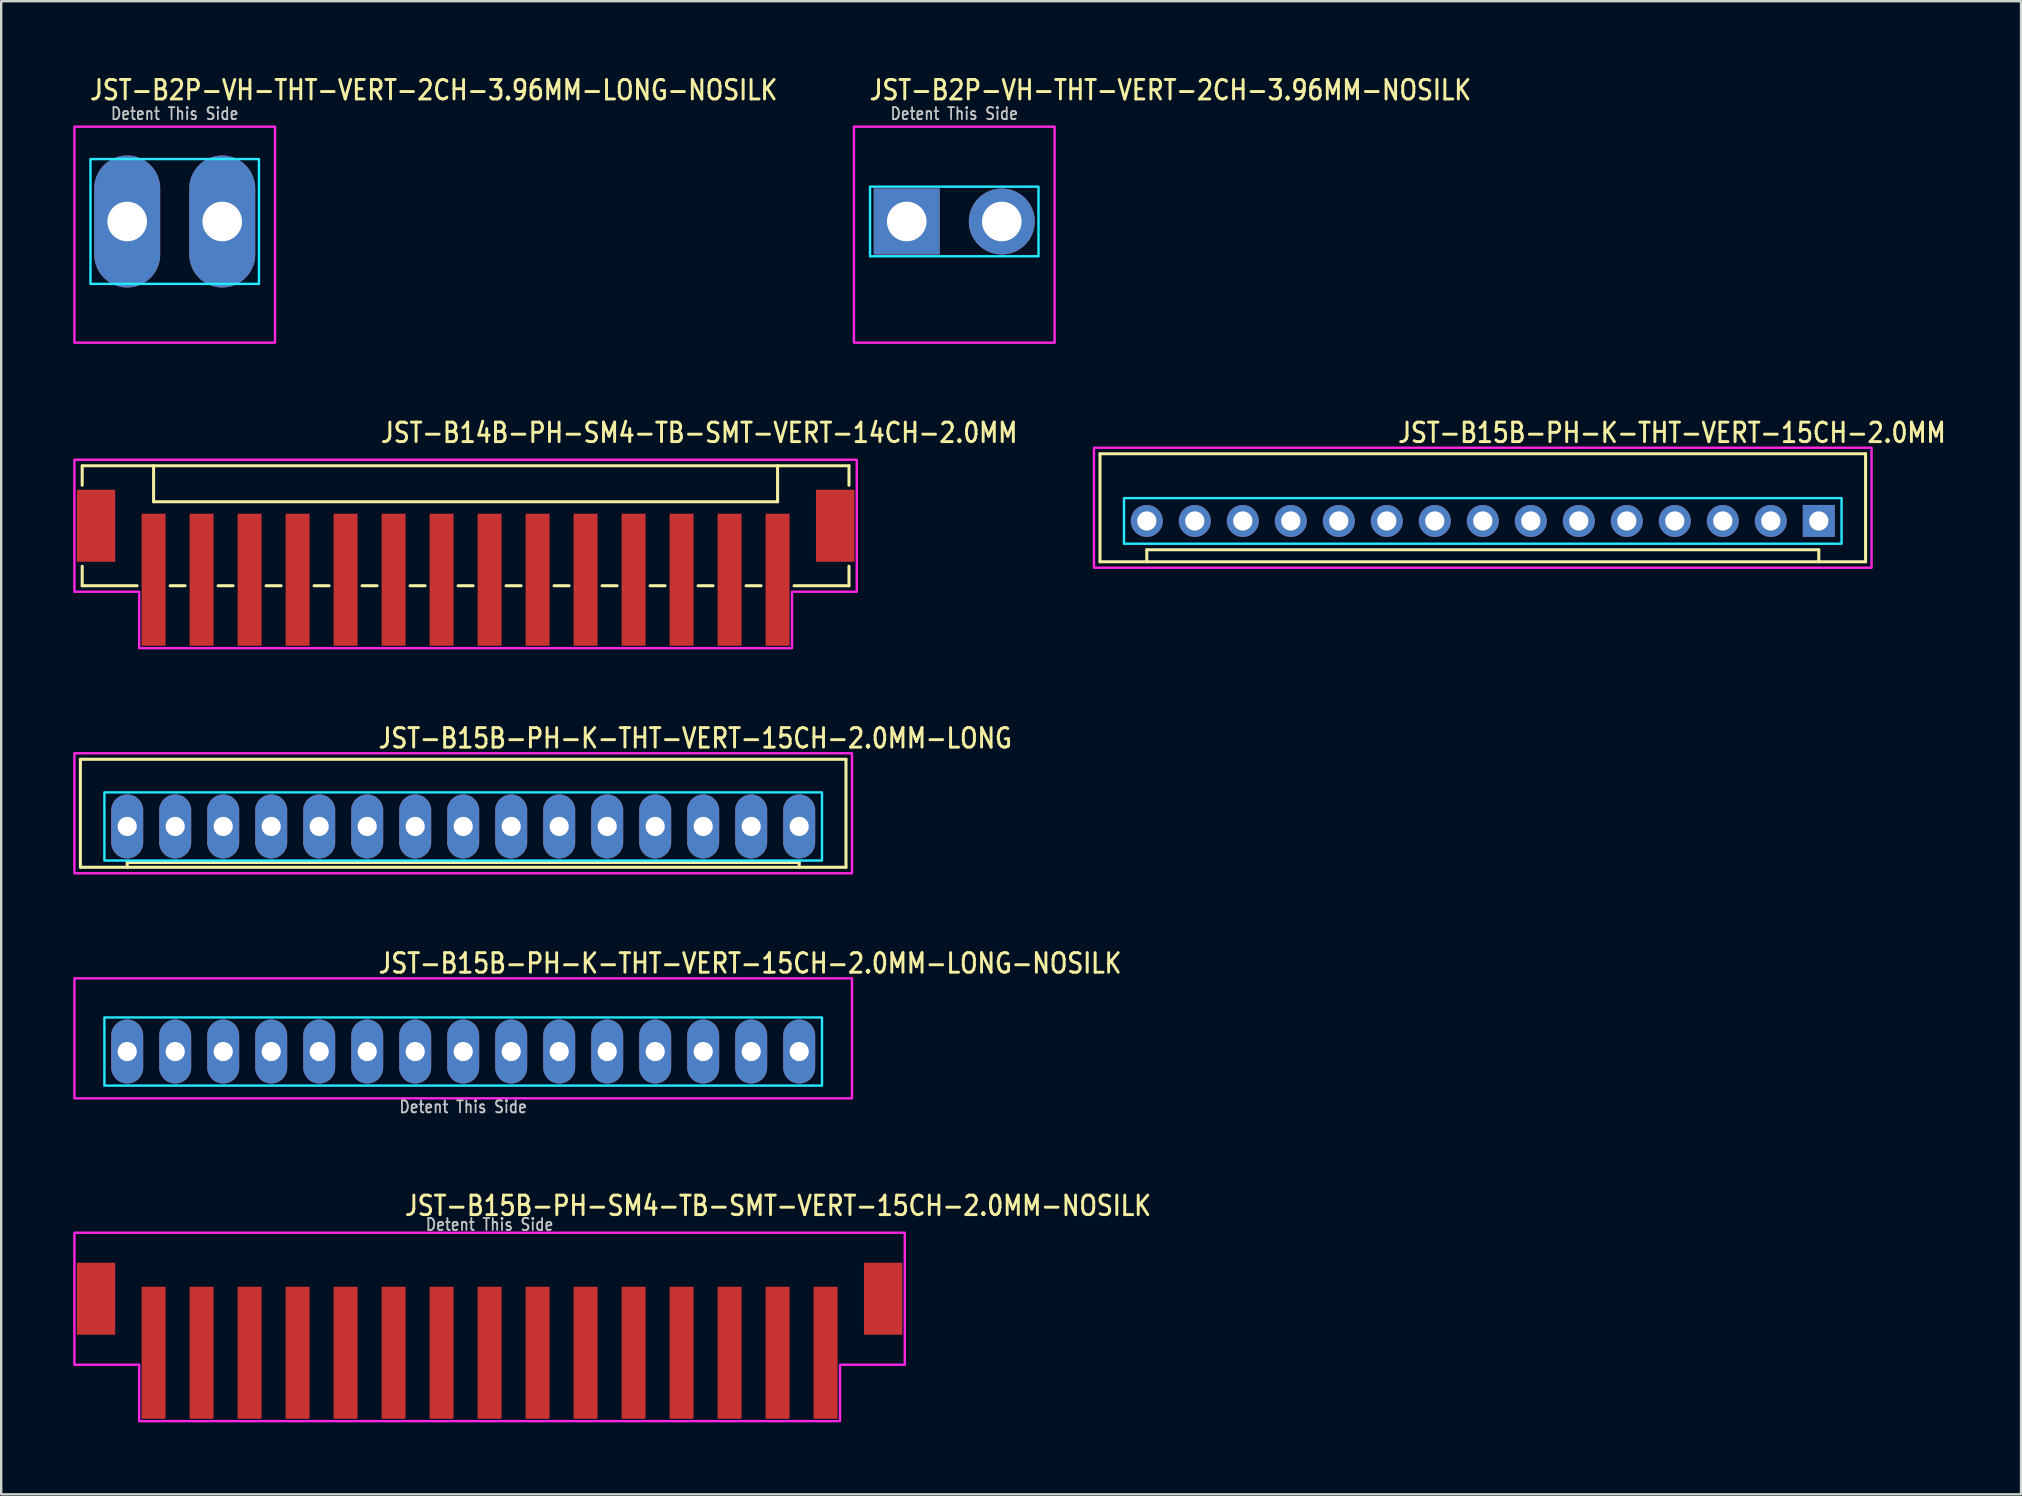
<source format=kicad_pcb>
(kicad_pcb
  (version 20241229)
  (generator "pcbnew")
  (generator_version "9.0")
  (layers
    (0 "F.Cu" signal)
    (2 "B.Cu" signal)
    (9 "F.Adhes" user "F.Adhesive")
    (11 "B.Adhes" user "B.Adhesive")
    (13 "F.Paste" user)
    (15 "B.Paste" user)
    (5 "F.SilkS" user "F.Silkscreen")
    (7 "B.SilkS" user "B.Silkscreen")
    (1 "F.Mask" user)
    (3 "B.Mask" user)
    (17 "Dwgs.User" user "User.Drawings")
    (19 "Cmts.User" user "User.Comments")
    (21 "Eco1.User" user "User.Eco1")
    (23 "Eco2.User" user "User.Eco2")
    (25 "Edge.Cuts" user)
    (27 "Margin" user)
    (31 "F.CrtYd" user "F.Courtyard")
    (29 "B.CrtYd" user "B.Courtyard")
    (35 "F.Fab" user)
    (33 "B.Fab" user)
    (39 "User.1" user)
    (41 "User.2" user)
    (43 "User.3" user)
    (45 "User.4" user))
  (footprint "JST-B2P-VH-THT-VERT-2CH-3.96MM-NOSILK"
    (layer "F.Cu")
    (at 36.712 6.179)
    (property "Reference" "JST-B2P-VH-THT-VERT-2CH-3.96MM-NOSILK" (at -3.6 -5 0) (unlocked yes) (layer "F.SilkS") (effects (font (size 0.813 0.695) (thickness 0.122)) (justify left bottom)))
    (fp_poly (pts (xy -3.51 -1.45) (xy -3.51 1.45) (xy 3.51 1.45) (xy 3.51 -1.45)) (stroke (width 0.1) (type solid)) (fill no) (layer "B.CrtYd"))
    (fp_poly (pts (xy -4.18 -3.95) (xy -4.18 5.05) (xy 4.18 5.05) (xy 4.18 -3.95)) (stroke (width 0.1) (type solid)) (fill no) (layer "F.CrtYd"))
    (fp_text user "Detent This Side" (at 0 -4.2 0) (unlocked yes) (layer "Dwgs.User") (effects (font (size 0.5 0.427) (thickness 0.075)) (justify bottom)))
    (pad "1" thru_hole rect (at -1.98 0) (size 2.75 2.75) (drill 1.65) (layers "*.Cu" "*.Mask"))
    (pad "2" thru_hole oval (at 1.98 0) (size 2.75 2.75) (drill 1.65) (layers "*.Cu" "*.Mask")))
  (footprint "JST-B14B-PH-SM4-TB-SMT-VERT-14CH-2.0MM"
    (layer "F.Cu")
    (at 16.35 18.857)
    (property "Reference" "JST-B14B-PH-SM4-TB-SMT-VERT-14CH-2.0MM" (at -3.6 -3.4 0) (unlocked yes) (layer "F.SilkS") (effects (font (size 0.813 0.695) (thickness 0.122)) (justify left bottom)))
    (fp_line (start -15.975 -2.5) (end -15.975 -1.687) (stroke (width 0.127) (type solid)) (layer "F.SilkS"))
    (fp_line (start -15.975 -2.5) (end 15.975 -2.5) (stroke (width 0.127) (type solid)) (layer "F.SilkS"))
    (fp_line (start -15.975 2.5) (end -15.975 1.687) (stroke (width 0.127) (type solid)) (layer "F.SilkS"))
    (fp_line (start -15.975 2.5) (end -13.687 2.5) (stroke (width 0.127) (type solid)) (layer "F.SilkS"))
    (fp_line (start -13 -2.5) (end -13 -1) (stroke (width 0.127) (type solid)) (layer "F.SilkS"))
    (fp_line (start -13 -1) (end 13 -1) (stroke (width 0.127) (type solid)) (layer "F.SilkS"))
    (fp_line (start -12.313 2.5) (end -11.687 2.5) (stroke (width 0.127) (type solid)) (layer "F.SilkS"))
    (fp_line (start -10.313 2.5) (end -9.687 2.5) (stroke (width 0.127) (type solid)) (layer "F.SilkS"))
    (fp_line (start -8.313 2.5) (end -7.686 2.5) (stroke (width 0.127) (type solid)) (layer "F.SilkS"))
    (fp_line (start -6.314 2.5) (end -5.686 2.5) (stroke (width 0.127) (type solid)) (layer "F.SilkS"))
    (fp_line (start -4.314 2.5) (end -3.687 2.5) (stroke (width 0.127) (type solid)) (layer "F.SilkS"))
    (fp_line (start -2.313 2.5) (end -1.687 2.5) (stroke (width 0.127) (type solid)) (layer "F.SilkS"))
    (fp_line (start -0.314 2.5) (end 0.314 2.5) (stroke (width 0.127) (type solid)) (layer "F.SilkS"))
    (fp_line (start 1.687 2.5) (end 2.313 2.5) (stroke (width 0.127) (type solid)) (layer "F.SilkS"))
    (fp_line (start 3.687 2.5) (end 4.314 2.5) (stroke (width 0.127) (type solid)) (layer "F.SilkS"))
    (fp_line (start 5.686 2.5) (end 6.314 2.5) (stroke (width 0.127) (type solid)) (layer "F.SilkS"))
    (fp_line (start 7.686 2.5) (end 8.313 2.5) (stroke (width 0.127) (type solid)) (layer "F.SilkS"))
    (fp_line (start 9.687 2.5) (end 10.313 2.5) (stroke (width 0.127) (type solid)) (layer "F.SilkS"))
    (fp_line (start 11.687 2.5) (end 12.313 2.5) (stroke (width 0.127) (type solid)) (layer "F.SilkS"))
    (fp_line (start 13 -1) (end 13 -2.5) (stroke (width 0.127) (type solid)) (layer "F.SilkS"))
    (fp_line (start 13.687 2.5) (end 15.975 2.5) (stroke (width 0.127) (type solid)) (layer "F.SilkS"))
    (fp_line (start 15.975 -1.687) (end 15.975 -2.5) (stroke (width 0.127) (type solid)) (layer "F.SilkS"))
    (fp_line (start 15.975 1.687) (end 15.975 2.5) (stroke (width 0.127) (type solid)) (layer "F.SilkS"))
    (fp_poly (pts (xy -16.3 -2.75) (xy -16.3 2.75) (xy -13.6 2.75) (xy -13.6 5.1) (xy 13.6 5.1) (xy 13.6 2.75) (xy 16.3 2.75) (xy 16.3 -2.75)) (stroke (width 0.1) (type solid)) (fill no) (layer "F.CrtYd"))
    (pad "1" smd rect (at -13 2.25) (size 1 5.5) (layers "F.Cu" "F.Mask" "F.Paste"))
    (pad "2" smd rect (at -11 2.25) (size 1 5.5) (layers "F.Cu" "F.Mask" "F.Paste"))
    (pad "3" smd rect (at -9 2.25) (size 1 5.5) (layers "F.Cu" "F.Mask" "F.Paste"))
    (pad "4" smd rect (at -7 2.25) (size 1 5.5) (layers "F.Cu" "F.Mask" "F.Paste"))
    (pad "5" smd rect (at -5 2.25) (size 1 5.5) (layers "F.Cu" "F.Mask" "F.Paste"))
    (pad "6" smd rect (at -3 2.25) (size 1 5.5) (layers "F.Cu" "F.Mask" "F.Paste"))
    (pad "7" smd rect (at -1 2.25) (size 1 5.5) (layers "F.Cu" "F.Mask" "F.Paste"))
    (pad "8" smd rect (at 1 2.25) (size 1 5.5) (layers "F.Cu" "F.Mask" "F.Paste"))
    (pad "9" smd rect (at 3 2.25) (size 1 5.5) (layers "F.Cu" "F.Mask" "F.Paste"))
    (pad "10" smd rect (at 5 2.25) (size 1 5.5) (layers "F.Cu" "F.Mask" "F.Paste"))
    (pad "11" smd rect (at 7 2.25) (size 1 5.5) (layers "F.Cu" "F.Mask" "F.Paste"))
    (pad "12" smd rect (at 9 2.25) (size 1 5.5) (layers "F.Cu" "F.Mask" "F.Paste"))
    (pad "13" smd rect (at 11 2.25) (size 1 5.5) (layers "F.Cu" "F.Mask" "F.Paste"))
    (pad "14" smd rect (at 13 2.25) (size 1 5.5) (layers "F.Cu" "F.Mask" "F.Paste"))
    (pad "S_1" smd rect (at -15.4 0) (size 1.6 3) (layers "F.Cu" "F.Mask" "F.Paste"))
    (pad "S_2" smd rect (at 15.4 0) (size 1.6 3) (layers "F.Cu" "F.Mask" "F.Paste")))
  (footprint "JST-B2P-VH-THT-VERT-2CH-3.96MM-LONG-NOSILK"
    (layer "F.Cu")
    (at 4.23 6.179)
    (property "Reference" "JST-B2P-VH-THT-VERT-2CH-3.96MM-LONG-NOSILK" (at -3.6 -5 0) (unlocked yes) (layer "F.SilkS") (effects (font (size 0.813 0.695) (thickness 0.122)) (justify left bottom)))
    (fp_poly (pts (xy -3.51 -2.6) (xy -3.51 2.6) (xy 3.51 2.6) (xy 3.51 -2.6)) (stroke (width 0.1) (type solid)) (fill no) (layer "B.CrtYd"))
    (fp_poly (pts (xy -4.18 -3.95) (xy -4.18 5.05) (xy 4.18 5.05) (xy 4.18 -3.95)) (stroke (width 0.1) (type solid)) (fill no) (layer "F.CrtYd"))
    (fp_text user "Detent This Side" (at 0 -4.2 0) (unlocked yes) (layer "Dwgs.User") (effects (font (size 0.5 0.427) (thickness 0.075)) (justify bottom)))
    (pad "1" thru_hole oval (at -1.98 0 90) (size 5.5 2.75) (drill 1.65) (layers "*.Cu" "*.Mask"))
    (pad "2" thru_hole oval (at 1.98 0 90) (size 5.5 2.75) (drill 1.65) (layers "*.Cu" "*.Mask")))
  (footprint "JST-B15B-PH-SM4-TB-SMT-VERT-15CH-2.0MM-NOSILK"
    (layer "F.Cu")
    (at 17.35 51.066)
    (property "Reference" "JST-B15B-PH-SM4-TB-SMT-VERT-15CH-2.0MM-NOSILK" (at -3.6 -3.4 0) (unlocked yes) (layer "F.SilkS") (effects (font (size 0.813 0.695) (thickness 0.122)) (justify left bottom)))
    (fp_poly (pts (xy -17.3 -2.75) (xy -17.3 2.75) (xy -14.6 2.75) (xy -14.6 5.1) (xy 14.6 5.1) (xy 14.6 2.75) (xy 17.3 2.75) (xy 17.3 -2.75)) (stroke (width 0.1) (type solid)) (fill no) (layer "F.CrtYd"))
    (fp_text user "Detent This Side" (at 0 -2.8 0) (unlocked yes) (layer "Dwgs.User") (effects (font (size 0.5 0.427) (thickness 0.075)) (justify bottom)))
    (pad "1" smd rect (at -14 2.25) (size 1 5.5) (layers "F.Cu" "F.Mask" "F.Paste"))
    (pad "2" smd rect (at -12 2.25) (size 1 5.5) (layers "F.Cu" "F.Mask" "F.Paste"))
    (pad "3" smd rect (at -10 2.25) (size 1 5.5) (layers "F.Cu" "F.Mask" "F.Paste"))
    (pad "4" smd rect (at -8 2.25) (size 1 5.5) (layers "F.Cu" "F.Mask" "F.Paste"))
    (pad "5" smd rect (at -6 2.25) (size 1 5.5) (layers "F.Cu" "F.Mask" "F.Paste"))
    (pad "6" smd rect (at -4 2.25) (size 1 5.5) (layers "F.Cu" "F.Mask" "F.Paste"))
    (pad "7" smd rect (at -2 2.25) (size 1 5.5) (layers "F.Cu" "F.Mask" "F.Paste"))
    (pad "8" smd rect (at 0 2.25) (size 1 5.5) (layers "F.Cu" "F.Mask" "F.Paste"))
    (pad "9" smd rect (at 2 2.25) (size 1 5.5) (layers "F.Cu" "F.Mask" "F.Paste"))
    (pad "10" smd rect (at 4 2.25) (size 1 5.5) (layers "F.Cu" "F.Mask" "F.Paste"))
    (pad "11" smd rect (at 6 2.25) (size 1 5.5) (layers "F.Cu" "F.Mask" "F.Paste"))
    (pad "12" smd rect (at 8 2.25) (size 1 5.5) (layers "F.Cu" "F.Mask" "F.Paste"))
    (pad "13" smd rect (at 10 2.25) (size 1 5.5) (layers "F.Cu" "F.Mask" "F.Paste"))
    (pad "14" smd rect (at 12 2.25) (size 1 5.5) (layers "F.Cu" "F.Mask" "F.Paste"))
    (pad "15" smd rect (at 14 2.25) (size 1 5.5) (layers "F.Cu" "F.Mask" "F.Paste"))
    (pad "S_1" smd rect (at -16.4 0) (size 1.6 3) (layers "F.Cu" "F.Mask" "F.Paste"))
    (pad "S_2" smd rect (at 16.4 0) (size 1.6 3) (layers "F.Cu" "F.Mask" "F.Paste")))
  (footprint "JST-B15B-PH-K-THT-VERT-15CH-2.0MM-LONG-NOSILK"
    (layer "F.Cu")
    (at 16.25 40.764)
    (property "Reference" "JST-B15B-PH-K-THT-VERT-15CH-2.0MM-LONG-NOSILK" (at -3.6 -3.2 0) (unlocked yes) (layer "F.SilkS") (effects (font (size 0.813 0.695) (thickness 0.122)) (justify left bottom)))
    (fp_poly (pts (xy -14.95 -1.42) (xy -14.95 1.42) (xy 14.95 1.42) (xy 14.95 -1.42)) (stroke (width 0.1) (type solid)) (fill no) (layer "B.CrtYd"))
    (fp_poly (pts (xy -16.2 1.95) (xy -16.2 -3.05) (xy 16.2 -3.05) (xy 16.2 1.95)) (stroke (width 0.1) (type solid)) (fill no) (layer "F.CrtYd"))
    (fp_text user "Detent This Side" (at 0 2.6 0) (unlocked yes) (layer "Dwgs.User") (effects (font (size 0.5 0.427) (thickness 0.075)) (justify bottom)))
    (pad "1" thru_hole oval (at 14 0 90) (size 2.667 1.333) (drill 0.8) (layers "*.Cu" "*.Mask"))
    (pad "2" thru_hole oval (at 12 0 90) (size 2.667 1.333) (drill 0.8) (layers "*.Cu" "*.Mask"))
    (pad "3" thru_hole oval (at 10 0 90) (size 2.667 1.333) (drill 0.8) (layers "*.Cu" "*.Mask"))
    (pad "4" thru_hole oval (at 8 0 90) (size 2.667 1.333) (drill 0.8) (layers "*.Cu" "*.Mask"))
    (pad "5" thru_hole oval (at 6 0 90) (size 2.667 1.333) (drill 0.8) (layers "*.Cu" "*.Mask"))
    (pad "6" thru_hole oval (at 4 0 90) (size 2.667 1.333) (drill 0.8) (layers "*.Cu" "*.Mask"))
    (pad "7" thru_hole oval (at 2 0 90) (size 2.667 1.333) (drill 0.8) (layers "*.Cu" "*.Mask"))
    (pad "8" thru_hole oval (at 0 0 90) (size 2.667 1.333) (drill 0.8) (layers "*.Cu" "*.Mask"))
    (pad "9" thru_hole oval (at -2 0 90) (size 2.667 1.333) (drill 0.8) (layers "*.Cu" "*.Mask"))
    (pad "10" thru_hole oval (at -4 0 90) (size 2.667 1.333) (drill 0.8) (layers "*.Cu" "*.Mask"))
    (pad "11" thru_hole oval (at -6 0 90) (size 2.667 1.333) (drill 0.8) (layers "*.Cu" "*.Mask"))
    (pad "12" thru_hole oval (at -8 0 90) (size 2.667 1.333) (drill 0.8) (layers "*.Cu" "*.Mask"))
    (pad "13" thru_hole oval (at -10 0 90) (size 2.667 1.333) (drill 0.8) (layers "*.Cu" "*.Mask"))
    (pad "14" thru_hole oval (at -12 0 90) (size 2.667 1.333) (drill 0.8) (layers "*.Cu" "*.Mask"))
    (pad "15" thru_hole oval (at -14 0 90) (size 2.667 1.333) (drill 0.8) (layers "*.Cu" "*.Mask")))
  (footprint "JST-B15B-PH-K-THT-VERT-15CH-2.0MM"
    (layer "F.Cu")
    (at 58.734 18.657)
    (property "Reference" "JST-B15B-PH-K-THT-VERT-15CH-2.0MM" (at -3.6 -3.2 0) (unlocked yes) (layer "F.SilkS") (effects (font (size 0.813 0.695) (thickness 0.122)) (justify left bottom)))
    (fp_line (start -15.95 -2.8) (end -15.95 1.7) (stroke (width 0.127) (type solid)) (layer "F.SilkS"))
    (fp_line (start -15.95 -2.8) (end 15.95 -2.8) (stroke (width 0.127) (type solid)) (layer "F.SilkS"))
    (fp_line (start -15.95 1.7) (end 15.95 1.7) (stroke (width 0.127) (type solid)) (layer "F.SilkS"))
    (fp_line (start -14 1.7) (end -14 1.2) (stroke (width 0.127) (type solid)) (layer "F.SilkS"))
    (fp_line (start 14 1.2) (end -14 1.2) (stroke (width 0.127) (type solid)) (layer "F.SilkS"))
    (fp_line (start 14 1.7) (end 14 1.2) (stroke (width 0.127) (type solid)) (layer "F.SilkS"))
    (fp_line (start 15.95 1.7) (end 15.95 -2.8) (stroke (width 0.127) (type solid)) (layer "F.SilkS"))
    (fp_poly (pts (xy -14.95 -0.95) (xy -14.95 0.95) (xy 14.95 0.95) (xy 14.95 -0.95)) (stroke (width 0.1) (type solid)) (fill no) (layer "B.CrtYd"))
    (fp_poly (pts (xy -16.2 1.95) (xy -16.2 -3.05) (xy 16.2 -3.05) (xy 16.2 1.95)) (stroke (width 0.1) (type solid)) (fill no) (layer "F.CrtYd"))
    (pad "P$1" thru_hole rect (at 14 0) (size 1.333 1.333) (drill 0.8) (layers "*.Cu" "*.Mask"))
    (pad "P$2" thru_hole oval (at 12 0) (size 1.333 1.333) (drill 0.8) (layers "*.Cu" "*.Mask"))
    (pad "P$3" thru_hole oval (at 10 0) (size 1.333 1.333) (drill 0.8) (layers "*.Cu" "*.Mask"))
    (pad "P$4" thru_hole oval (at 8 0) (size 1.333 1.333) (drill 0.8) (layers "*.Cu" "*.Mask"))
    (pad "P$5" thru_hole oval (at 6 0) (size 1.333 1.333) (drill 0.8) (layers "*.Cu" "*.Mask"))
    (pad "P$6" thru_hole oval (at 4 0) (size 1.333 1.333) (drill 0.8) (layers "*.Cu" "*.Mask"))
    (pad "P$7" thru_hole oval (at 2 0) (size 1.333 1.333) (drill 0.8) (layers "*.Cu" "*.Mask"))
    (pad "P$8" thru_hole oval (at 0 0) (size 1.333 1.333) (drill 0.8) (layers "*.Cu" "*.Mask"))
    (pad "P$9" thru_hole oval (at -2 0) (size 1.333 1.333) (drill 0.8) (layers "*.Cu" "*.Mask"))
    (pad "P$10" thru_hole oval (at -4 0) (size 1.333 1.333) (drill 0.8) (layers "*.Cu" "*.Mask"))
    (pad "P$11" thru_hole oval (at -6 0) (size 1.333 1.333) (drill 0.8) (layers "*.Cu" "*.Mask"))
    (pad "P$12" thru_hole oval (at -8 0) (size 1.333 1.333) (drill 0.8) (layers "*.Cu" "*.Mask"))
    (pad "P$13" thru_hole oval (at -10 0) (size 1.333 1.333) (drill 0.8) (layers "*.Cu" "*.Mask"))
    (pad "P$14" thru_hole oval (at -12 0) (size 1.333 1.333) (drill 0.8) (layers "*.Cu" "*.Mask"))
    (pad "P$15" thru_hole oval (at -14 0) (size 1.333 1.333) (drill 0.8) (layers "*.Cu" "*.Mask")))
  (footprint "JST-B15B-PH-K-THT-VERT-15CH-2.0MM-LONG"
    (layer "F.Cu")
    (at 16.25 31.386)
    (property "Reference" "JST-B15B-PH-K-THT-VERT-15CH-2.0MM-LONG" (at -3.6 -3.2 0) (unlocked yes) (layer "F.SilkS") (effects (font (size 0.813 0.695) (thickness 0.122)) (justify left bottom)))
    (fp_line (start -15.95 -2.8) (end -15.95 1.7) (stroke (width 0.127) (type solid)) (layer "F.SilkS"))
    (fp_line (start -15.95 -2.8) (end 15.95 -2.8) (stroke (width 0.127) (type solid)) (layer "F.SilkS"))
    (fp_line (start -15.95 1.7) (end 15.95 1.7) (stroke (width 0.127) (type solid)) (layer "F.SilkS"))
    (fp_line (start -14 1.7) (end -14 1.5) (stroke (width 0.127) (type solid)) (layer "F.SilkS"))
    (fp_line (start 14 1.5) (end -14 1.5) (stroke (width 0.127) (type solid)) (layer "F.SilkS"))
    (fp_line (start 14 1.7) (end 14 1.5) (stroke (width 0.127) (type solid)) (layer "F.SilkS"))
    (fp_line (start 15.95 1.7) (end 15.95 -2.8) (stroke (width 0.127) (type solid)) (layer "F.SilkS"))
    (fp_poly (pts (xy -14.95 -1.42) (xy -14.95 1.42) (xy 14.95 1.42) (xy 14.95 -1.42)) (stroke (width 0.1) (type solid)) (fill no) (layer "B.CrtYd"))
    (fp_poly (pts (xy -16.2 1.95) (xy -16.2 -3.05) (xy 16.2 -3.05) (xy 16.2 1.95)) (stroke (width 0.1) (type solid)) (fill no) (layer "F.CrtYd"))
    (pad "1" thru_hole oval (at 14 0 90) (size 2.667 1.333) (drill 0.8) (layers "*.Cu" "*.Mask"))
    (pad "2" thru_hole oval (at 12 0 90) (size 2.667 1.333) (drill 0.8) (layers "*.Cu" "*.Mask"))
    (pad "3" thru_hole oval (at 10 0 90) (size 2.667 1.333) (drill 0.8) (layers "*.Cu" "*.Mask"))
    (pad "4" thru_hole oval (at 8 0 90) (size 2.667 1.333) (drill 0.8) (layers "*.Cu" "*.Mask"))
    (pad "5" thru_hole oval (at 6 0 90) (size 2.667 1.333) (drill 0.8) (layers "*.Cu" "*.Mask"))
    (pad "6" thru_hole oval (at 4 0 90) (size 2.667 1.333) (drill 0.8) (layers "*.Cu" "*.Mask"))
    (pad "7" thru_hole oval (at 2 0 90) (size 2.667 1.333) (drill 0.8) (layers "*.Cu" "*.Mask"))
    (pad "8" thru_hole oval (at 0 0 90) (size 2.667 1.333) (drill 0.8) (layers "*.Cu" "*.Mask"))
    (pad "9" thru_hole oval (at -2 0 90) (size 2.667 1.333) (drill 0.8) (layers "*.Cu" "*.Mask"))
    (pad "10" thru_hole oval (at -4 0 90) (size 2.667 1.333) (drill 0.8) (layers "*.Cu" "*.Mask"))
    (pad "11" thru_hole oval (at -6 0 90) (size 2.667 1.333) (drill 0.8) (layers "*.Cu" "*.Mask"))
    (pad "12" thru_hole oval (at -8 0 90) (size 2.667 1.333) (drill 0.8) (layers "*.Cu" "*.Mask"))
    (pad "13" thru_hole oval (at -10 0 90) (size 2.667 1.333) (drill 0.8) (layers "*.Cu" "*.Mask"))
    (pad "14" thru_hole oval (at -12 0 90) (size 2.667 1.333) (drill 0.8) (layers "*.Cu" "*.Mask"))
    (pad "15" thru_hole oval (at -14 0 90) (size 2.667 1.333) (drill 0.8) (layers "*.Cu" "*.Mask")))
  (gr_rect
    (start -3 -3)
    (end 81.161 59.216)
    (stroke (width 0.1) (type default))
    (fill no)
    (layer "Edge.Cuts")))
</source>
